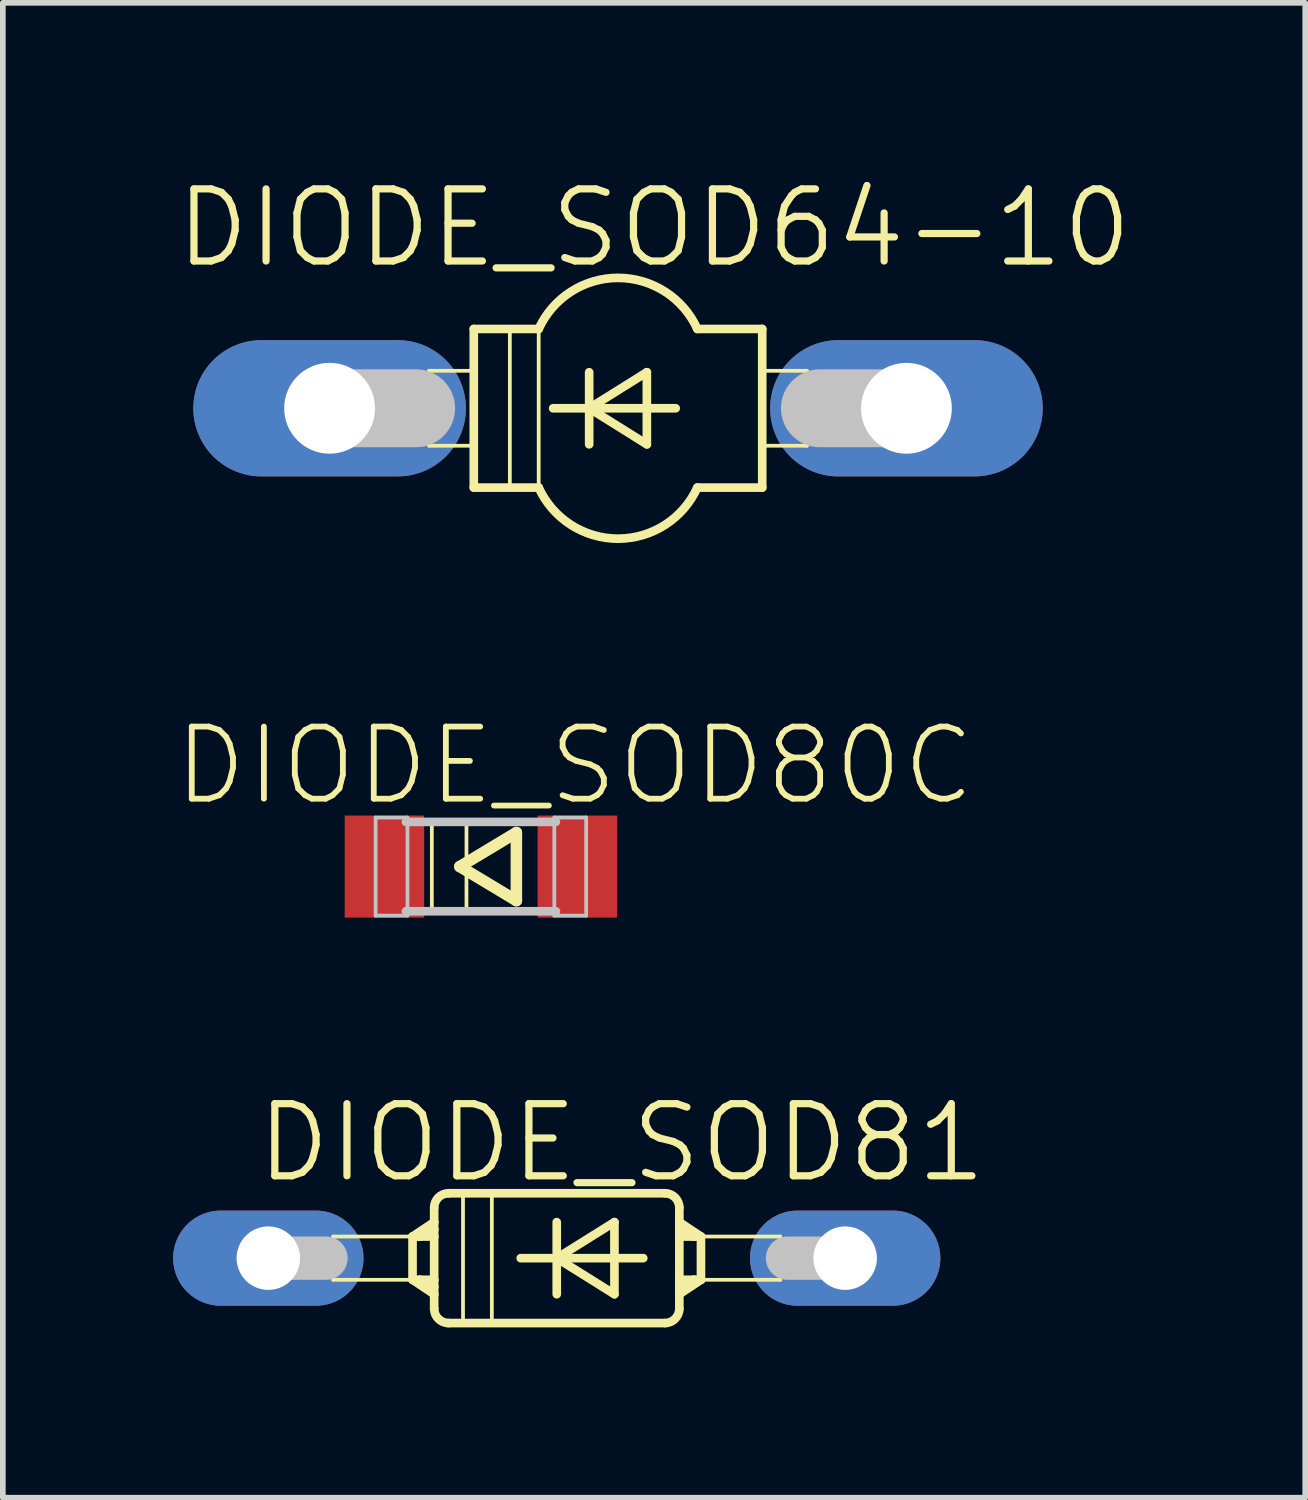
<source format=kicad_pcb>
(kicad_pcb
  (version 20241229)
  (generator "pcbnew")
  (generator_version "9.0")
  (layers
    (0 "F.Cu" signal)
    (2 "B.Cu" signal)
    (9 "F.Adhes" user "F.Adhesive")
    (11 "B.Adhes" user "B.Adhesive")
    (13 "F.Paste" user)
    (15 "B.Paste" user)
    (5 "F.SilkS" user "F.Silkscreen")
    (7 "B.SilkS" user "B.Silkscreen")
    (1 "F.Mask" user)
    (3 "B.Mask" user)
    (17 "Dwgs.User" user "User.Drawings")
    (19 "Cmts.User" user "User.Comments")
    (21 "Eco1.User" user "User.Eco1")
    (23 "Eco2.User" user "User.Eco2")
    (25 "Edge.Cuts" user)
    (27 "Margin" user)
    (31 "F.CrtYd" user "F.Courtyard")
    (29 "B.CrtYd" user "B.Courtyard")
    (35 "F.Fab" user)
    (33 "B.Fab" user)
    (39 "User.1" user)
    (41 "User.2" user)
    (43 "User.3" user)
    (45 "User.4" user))
  (footprint "DIODE_SOD80C"
    (layer "F.Cu")
    (at 5.42 12.213)
    (property "Reference" "DIODE_SOD80C" (at 1.651 -1.778 0) (layer "F.SilkS") (effects (font (size 1.27 1.27) (thickness 0.102))))
    (attr smd)
    (fp_line (start -0.864 -0.787) (end -0.254 -0.787) (stroke (width 0.066) (type solid)) (layer "F.SilkS"))
    (fp_line (start -0.864 0.787) (end -0.864 -0.787) (stroke (width 0.066) (type solid)) (layer "F.SilkS"))
    (fp_line (start -0.864 0.787) (end -0.254 0.787) (stroke (width 0.066) (type solid)) (layer "F.SilkS"))
    (fp_line (start -0.371 0) (end 0.625 0.599) (stroke (width 0.203) (type solid)) (layer "F.SilkS"))
    (fp_line (start -0.254 0.787) (end -0.254 -0.787) (stroke (width 0.066) (type solid)) (layer "F.SilkS"))
    (fp_line (start 0.625 -0.599) (end -0.371 0) (stroke (width 0.203) (type solid)) (layer "F.SilkS"))
    (fp_line (start 0.625 0.599) (end 0.625 -0.599) (stroke (width 0.203) (type solid)) (layer "F.SilkS"))
    (fp_line (start -1.854 -0.864) (end -1.293 -0.864) (stroke (width 0.066) (type solid)) (layer "Dwgs.User"))
    (fp_line (start -1.854 0.864) (end -1.854 -0.864) (stroke (width 0.066) (type solid)) (layer "Dwgs.User"))
    (fp_line (start -1.854 0.864) (end -1.293 0.864) (stroke (width 0.066) (type solid)) (layer "Dwgs.User"))
    (fp_line (start -1.293 0.864) (end -1.293 -0.864) (stroke (width 0.066) (type solid)) (layer "Dwgs.User"))
    (fp_line (start 1.293 -0.864) (end 1.854 -0.864) (stroke (width 0.066) (type solid)) (layer "Dwgs.User"))
    (fp_line (start 1.293 0.864) (end 1.293 -0.864) (stroke (width 0.066) (type solid)) (layer "Dwgs.User"))
    (fp_line (start 1.293 0.864) (end 1.854 0.864) (stroke (width 0.066) (type solid)) (layer "Dwgs.User"))
    (fp_line (start 1.321 -0.787) (end -1.321 -0.787) (stroke (width 0.152) (type solid)) (layer "Dwgs.User"))
    (fp_line (start 1.321 0.787) (end -1.321 0.787) (stroke (width 0.152) (type solid)) (layer "Dwgs.User"))
    (fp_line (start 1.854 0.864) (end 1.854 -0.864) (stroke (width 0.066) (type solid)) (layer "Dwgs.User"))
    (pad "A" smd rect (at 1.699 0) (size 1.4 1.798) (layers "F.Cu" "F.Mask" "F.Paste"))
    (pad "C" smd rect (at -1.699 0) (size 1.4 1.798) (layers "F.Cu" "F.Mask" "F.Paste")))
  (footprint "DIODE_SOD64-10"
    (layer "F.Cu")
    (at 7.835 4.141)
    (property "Reference" "DIODE_SOD64-10" (at 0.635 -3.175 0) (layer "F.SilkS") (effects (font (size 1.27 1.27) (thickness 0.127))))
    (attr exclude_from_pos_files exclude_from_bom)
    (fp_line (start -3.327 -0.66) (end -2.54 -0.66) (stroke (width 0.066) (type solid)) (layer "F.SilkS"))
    (fp_line (start -3.327 0.66) (end -3.327 -0.66) (stroke (width 0.066) (type solid)) (layer "F.SilkS"))
    (fp_line (start -3.327 0.66) (end -2.54 0.66) (stroke (width 0.066) (type solid)) (layer "F.SilkS"))
    (fp_line (start -2.54 -1.397) (end -2.54 1.397) (stroke (width 0.152) (type solid)) (layer "F.SilkS"))
    (fp_line (start -2.54 -1.397) (end -1.397 -1.397) (stroke (width 0.152) (type solid)) (layer "F.SilkS"))
    (fp_line (start -2.54 0.66) (end -2.54 -0.66) (stroke (width 0.066) (type solid)) (layer "F.SilkS"))
    (fp_line (start -2.54 1.397) (end -1.397 1.397) (stroke (width 0.152) (type solid)) (layer "F.SilkS"))
    (fp_line (start -1.905 -1.397) (end -1.397 -1.397) (stroke (width 0.066) (type solid)) (layer "F.SilkS"))
    (fp_line (start -1.905 1.397) (end -1.905 -1.397) (stroke (width 0.066) (type solid)) (layer "F.SilkS"))
    (fp_line (start -1.905 1.397) (end -1.397 1.397) (stroke (width 0.066) (type solid)) (layer "F.SilkS"))
    (fp_line (start -1.397 1.397) (end -1.397 -1.397) (stroke (width 0.066) (type solid)) (layer "F.SilkS"))
    (fp_line (start -1.143 0) (end -0.508 0) (stroke (width 0.152) (type solid)) (layer "F.SilkS"))
    (fp_line (start -0.508 -0.635) (end -0.508 0) (stroke (width 0.152) (type solid)) (layer "F.SilkS"))
    (fp_line (start -0.508 0) (end -0.508 0.635) (stroke (width 0.152) (type solid)) (layer "F.SilkS"))
    (fp_line (start -0.508 0) (end 0.508 -0.635) (stroke (width 0.152) (type solid)) (layer "F.SilkS"))
    (fp_line (start -0.508 0) (end 1.016 0) (stroke (width 0.152) (type solid)) (layer "F.SilkS"))
    (fp_line (start 0.508 -0.635) (end 0.508 0.635) (stroke (width 0.152) (type solid)) (layer "F.SilkS"))
    (fp_line (start 0.508 0.635) (end -0.508 0) (stroke (width 0.152) (type solid)) (layer "F.SilkS"))
    (fp_line (start 1.397 1.397) (end 2.54 1.397) (stroke (width 0.152) (type solid)) (layer "F.SilkS"))
    (fp_line (start 2.54 -1.397) (end 1.397 -1.397) (stroke (width 0.152) (type solid)) (layer "F.SilkS"))
    (fp_line (start 2.54 -0.66) (end 3.327 -0.66) (stroke (width 0.066) (type solid)) (layer "F.SilkS"))
    (fp_line (start 2.54 0.66) (end 2.54 -0.66) (stroke (width 0.066) (type solid)) (layer "F.SilkS"))
    (fp_line (start 2.54 0.66) (end 3.327 0.66) (stroke (width 0.066) (type solid)) (layer "F.SilkS"))
    (fp_line (start 2.54 1.397) (end 2.54 -1.397) (stroke (width 0.152) (type solid)) (layer "F.SilkS"))
    (fp_line (start 3.327 0.66) (end 3.327 -0.66) (stroke (width 0.066) (type solid)) (layer "F.SilkS"))
    (fp_arc (start -1.397 -1.397) (mid -0.000162 -2.296547) (end 1.396866 -1.397295) (stroke (width 0.1524) (type solid)) (layer "F.SilkS"))
    (fp_arc (start 1.397 1.397) (mid 0.000162 2.296547) (end -1.396866 1.397295) (stroke (width 0.1524) (type solid)) (layer "F.SilkS"))
    (fp_line (start -5.08 0) (end -3.556 0) (stroke (width 1.372) (type solid)) (layer "Dwgs.User"))
    (fp_line (start 5.08 0) (end 3.556 0) (stroke (width 1.372) (type solid)) (layer "Dwgs.User"))
    (pad "A" thru_hole oval (at 5.08 0 90) (size 2.4 4.801) (drill 1.6) (layers "*.Cu" "*.Paste" "*.Mask"))
    (pad "C" thru_hole oval (at -5.08 0 90) (size 2.4 4.801) (drill 1.6) (layers "*.Cu" "*.Paste" "*.Mask")))
  (footprint "DIODE_SOD81"
    (layer "F.Cu")
    (at 6.756 19.11)
    (property "Reference" "DIODE_SOD81" (at 1.143 -2.032 0) (layer "F.SilkS") (effects (font (size 1.27 1.27) (thickness 0.127))))
    (attr exclude_from_pos_files exclude_from_bom)
    (fp_line (start -3.937 -0.381) (end -2.159 -0.381) (stroke (width 0.066) (type solid)) (layer "F.SilkS"))
    (fp_line (start -3.937 0.381) (end -3.937 -0.381) (stroke (width 0.066) (type solid)) (layer "F.SilkS"))
    (fp_line (start -3.937 0.381) (end -2.159 0.381) (stroke (width 0.066) (type solid)) (layer "F.SilkS"))
    (fp_line (start -2.54 -0.381) (end -2.54 0.381) (stroke (width 0.152) (type solid)) (layer "F.SilkS"))
    (fp_line (start -2.54 -0.381) (end -2.413 -0.381) (stroke (width 0.152) (type solid)) (layer "F.SilkS"))
    (fp_line (start -2.54 0.381) (end -2.413 0.381) (stroke (width 0.152) (type solid)) (layer "F.SilkS"))
    (fp_line (start -2.54 0.381) (end -2.159 0.635) (stroke (width 0.152) (type solid)) (layer "F.SilkS"))
    (fp_line (start -2.413 -0.381) (end -2.159 -0.381) (stroke (width 0.152) (type solid)) (layer "F.SilkS"))
    (fp_line (start -2.413 0.381) (end -2.159 0.381) (stroke (width 0.152) (type solid)) (layer "F.SilkS"))
    (fp_line (start -2.159 -0.635) (end -2.54 -0.381) (stroke (width 0.152) (type solid)) (layer "F.SilkS"))
    (fp_line (start -2.159 -0.635) (end -2.159 -0.889) (stroke (width 0.152) (type solid)) (layer "F.SilkS"))
    (fp_line (start -2.159 -0.635) (end -2.159 -0.508) (stroke (width 0.152) (type solid)) (layer "F.SilkS"))
    (fp_line (start -2.159 -0.508) (end -2.413 -0.381) (stroke (width 0.152) (type solid)) (layer "F.SilkS"))
    (fp_line (start -2.159 -0.508) (end -2.159 -0.381) (stroke (width 0.152) (type solid)) (layer "F.SilkS"))
    (fp_line (start -2.159 -0.381) (end -2.159 0.381) (stroke (width 0.152) (type solid)) (layer "F.SilkS"))
    (fp_line (start -2.159 0.381) (end -2.159 -0.381) (stroke (width 0.066) (type solid)) (layer "F.SilkS"))
    (fp_line (start -2.159 0.381) (end -2.159 0.508) (stroke (width 0.152) (type solid)) (layer "F.SilkS"))
    (fp_line (start -2.159 0.508) (end -2.413 0.381) (stroke (width 0.152) (type solid)) (layer "F.SilkS"))
    (fp_line (start -2.159 0.508) (end -2.159 0.635) (stroke (width 0.152) (type solid)) (layer "F.SilkS"))
    (fp_line (start -2.159 0.635) (end -2.159 0.889) (stroke (width 0.152) (type solid)) (layer "F.SilkS"))
    (fp_line (start -1.905 -1.143) (end 1.905 -1.143) (stroke (width 0.152) (type solid)) (layer "F.SilkS"))
    (fp_line (start -1.905 1.143) (end 1.905 1.143) (stroke (width 0.152) (type solid)) (layer "F.SilkS"))
    (fp_line (start -1.651 -1.143) (end -1.143 -1.143) (stroke (width 0.066) (type solid)) (layer "F.SilkS"))
    (fp_line (start -1.651 1.143) (end -1.651 -1.143) (stroke (width 0.066) (type solid)) (layer "F.SilkS"))
    (fp_line (start -1.651 1.143) (end -1.143 1.143) (stroke (width 0.066) (type solid)) (layer "F.SilkS"))
    (fp_line (start -1.143 1.143) (end -1.143 -1.143) (stroke (width 0.066) (type solid)) (layer "F.SilkS"))
    (fp_line (start -0.635 0) (end 0 0) (stroke (width 0.152) (type solid)) (layer "F.SilkS"))
    (fp_line (start 0 -0.635) (end 0 0) (stroke (width 0.152) (type solid)) (layer "F.SilkS"))
    (fp_line (start 0 0) (end 0 0.635) (stroke (width 0.152) (type solid)) (layer "F.SilkS"))
    (fp_line (start 0 0) (end 1.016 -0.635) (stroke (width 0.152) (type solid)) (layer "F.SilkS"))
    (fp_line (start 0 0) (end 1.524 0) (stroke (width 0.152) (type solid)) (layer "F.SilkS"))
    (fp_line (start 1.016 -0.635) (end 1.016 0.635) (stroke (width 0.152) (type solid)) (layer "F.SilkS"))
    (fp_line (start 1.016 0.635) (end 0 0) (stroke (width 0.152) (type solid)) (layer "F.SilkS"))
    (fp_line (start 2.159 -0.635) (end 2.159 -0.889) (stroke (width 0.152) (type solid)) (layer "F.SilkS"))
    (fp_line (start 2.159 -0.635) (end 2.54 -0.381) (stroke (width 0.152) (type solid)) (layer "F.SilkS"))
    (fp_line (start 2.159 -0.508) (end 2.159 -0.635) (stroke (width 0.152) (type solid)) (layer "F.SilkS"))
    (fp_line (start 2.159 -0.508) (end 2.413 -0.381) (stroke (width 0.152) (type solid)) (layer "F.SilkS"))
    (fp_line (start 2.159 -0.381) (end 2.159 -0.508) (stroke (width 0.152) (type solid)) (layer "F.SilkS"))
    (fp_line (start 2.159 -0.381) (end 3.937 -0.381) (stroke (width 0.066) (type solid)) (layer "F.SilkS"))
    (fp_line (start 2.159 0.381) (end 2.159 -0.381) (stroke (width 0.066) (type solid)) (layer "F.SilkS"))
    (fp_line (start 2.159 0.381) (end 2.159 -0.381) (stroke (width 0.152) (type solid)) (layer "F.SilkS"))
    (fp_line (start 2.159 0.381) (end 3.937 0.381) (stroke (width 0.066) (type solid)) (layer "F.SilkS"))
    (fp_line (start 2.159 0.508) (end 2.159 0.381) (stroke (width 0.152) (type solid)) (layer "F.SilkS"))
    (fp_line (start 2.159 0.508) (end 2.413 0.381) (stroke (width 0.152) (type solid)) (layer "F.SilkS"))
    (fp_line (start 2.159 0.635) (end 2.159 0.508) (stroke (width 0.152) (type solid)) (layer "F.SilkS"))
    (fp_line (start 2.159 0.635) (end 2.159 0.889) (stroke (width 0.152) (type solid)) (layer "F.SilkS"))
    (fp_line (start 2.159 0.635) (end 2.54 0.381) (stroke (width 0.152) (type solid)) (layer "F.SilkS"))
    (fp_line (start 2.413 -0.381) (end 2.159 -0.381) (stroke (width 0.152) (type solid)) (layer "F.SilkS"))
    (fp_line (start 2.413 0.381) (end 2.159 0.381) (stroke (width 0.152) (type solid)) (layer "F.SilkS"))
    (fp_line (start 2.54 -0.381) (end 2.413 -0.381) (stroke (width 0.152) (type solid)) (layer "F.SilkS"))
    (fp_line (start 2.54 -0.381) (end 2.54 0.381) (stroke (width 0.152) (type solid)) (layer "F.SilkS"))
    (fp_line (start 2.54 0.381) (end 2.413 0.381) (stroke (width 0.152) (type solid)) (layer "F.SilkS"))
    (fp_line (start 3.937 0.381) (end 3.937 -0.381) (stroke (width 0.066) (type solid)) (layer "F.SilkS"))
    (fp_arc (start -2.159 -0.889) (mid -2.084605 -1.068605) (end -1.905 -1.143) (stroke (width 0.1524) (type solid)) (layer "F.SilkS"))
    (fp_arc (start -1.905 1.143) (mid -2.084605 1.068605) (end -2.159 0.889) (stroke (width 0.1524) (type solid)) (layer "F.SilkS"))
    (fp_arc (start 1.905 -1.143) (mid 2.084605 -1.068605) (end 2.159 -0.889) (stroke (width 0.1524) (type solid)) (layer "F.SilkS"))
    (fp_arc (start 2.159 0.889) (mid 2.084605 1.068605) (end 1.905 1.143) (stroke (width 0.1524) (type solid)) (layer "F.SilkS"))
    (fp_line (start -5.08 0) (end -4.064 0) (stroke (width 0.762) (type solid)) (layer "Dwgs.User"))
    (fp_line (start 5.08 0) (end 4.064 0) (stroke (width 0.762) (type solid)) (layer "Dwgs.User"))
    (pad "A" thru_hole oval (at 5.08 0 90) (size 1.676 3.353) (drill 1.118) (layers "*.Cu" "*.Paste" "*.Mask"))
    (pad "C" thru_hole oval (at -5.08 0 90) (size 1.676 3.353) (drill 1.118) (layers "*.Cu" "*.Paste" "*.Mask")))
  (gr_rect
    (start -3 -3)
    (end 19.939 23.329)
    (stroke (width 0.1) (type default))
    (fill no)
    (layer "Edge.Cuts")))
</source>
